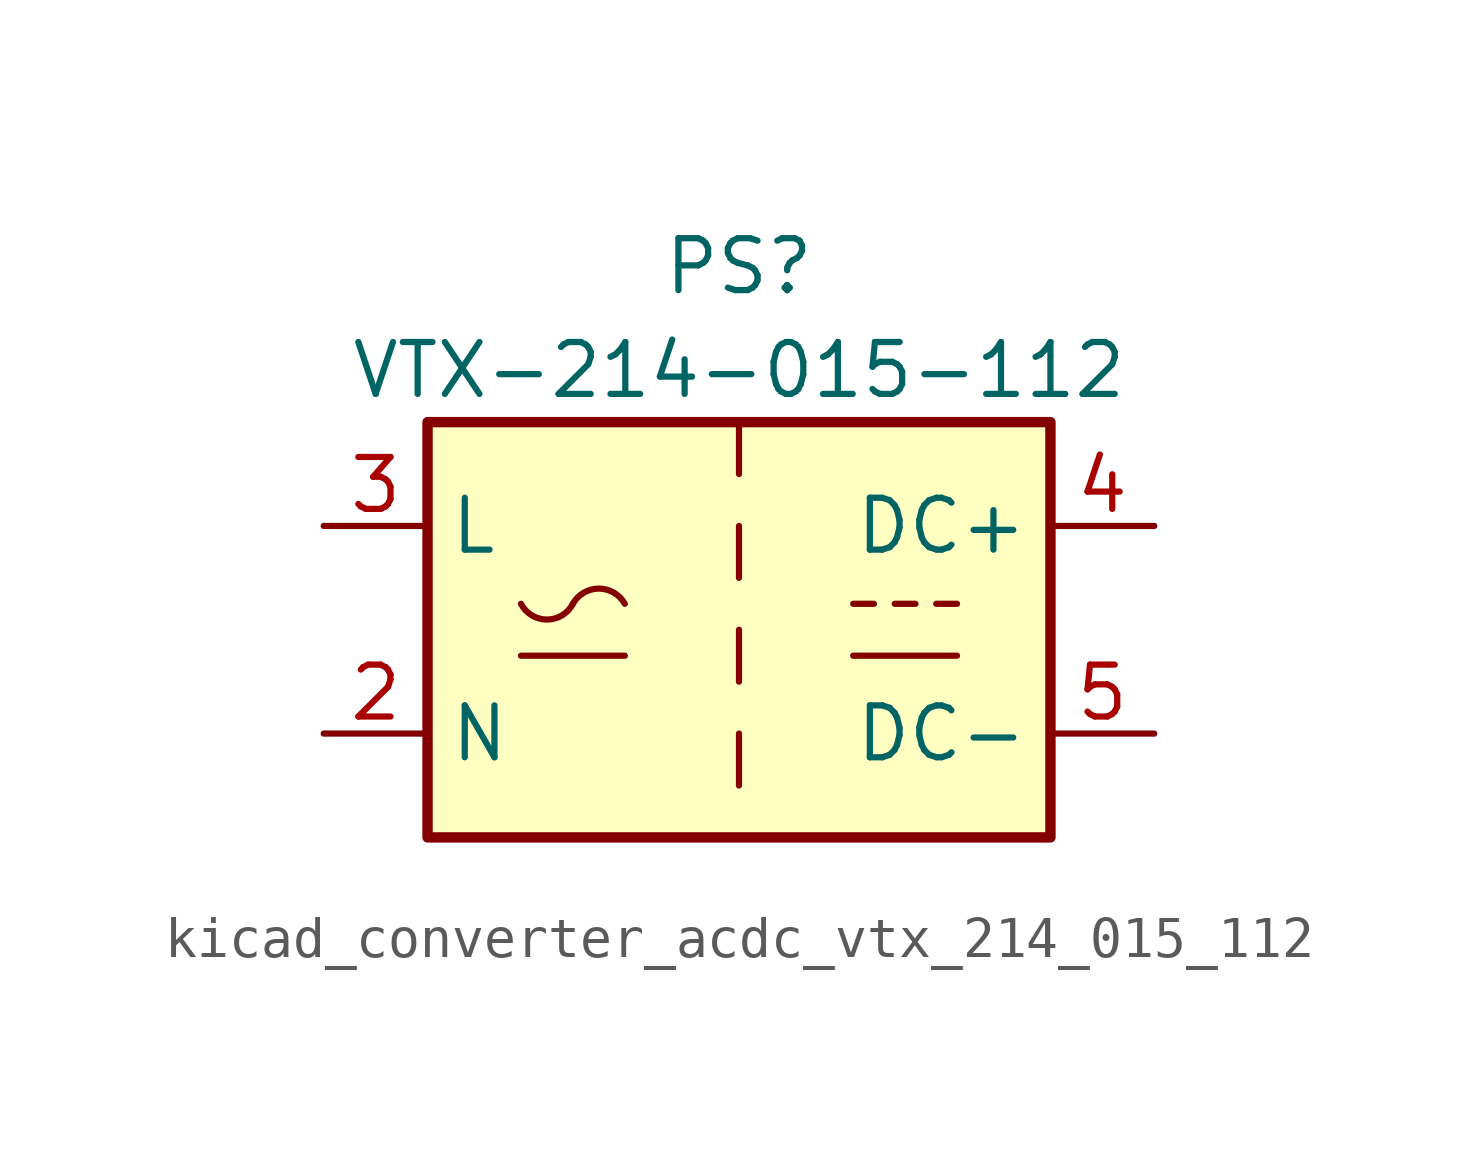
<source format=kicad_sym>
(kicad_symbol_lib
  (version 20220914)
  (generator kicad_symbol_editor)
  (symbol "kicad_converter_acdc_vtx_214_015_112"
    (property "Reference" "PS"
      (at 0 8.89 0)
      (effects (font (size 1.27 1.27))))
    (property "Value" "VTX-214-015-112"
      (at 0 6.35 0)
      (effects (font (size 1.27 1.27))))
    (symbol "kicad_converter_acdc_vtx_214_015_112_0_1"
      (rectangle (start -7.62 5.08) (end 7.62 -5.08) (stroke (width 0.254) (type default)) (fill (type background)))
      (arc (start -5.334 0.635) (mid -4.699 0.2495) (end -4.064 0.635) (stroke (width 0) (type default)) (fill (type none)))
      (arc (start -2.794 0.635) (mid -3.429 1.0072) (end -4.064 0.635) (stroke (width 0) (type default)) (fill (type none)))
      (polyline (pts (xy -5.334 -0.635) (xy -2.794 -0.635)) (stroke (width 0) (type default)) (fill (type none)))
      (polyline (pts (xy 2.794 -0.635) (xy 5.334 -0.635)) (stroke (width 0) (type default)) (fill (type none)))
      (polyline (pts (xy 2.794 0.635) (xy 3.302 0.635)) (stroke (width 0) (type default)) (fill (type none)))
      (polyline (pts (xy 3.81 0.635) (xy 4.318 0.635)) (stroke (width 0) (type default)) (fill (type none)))
      (polyline (pts (xy 4.826 0.635) (xy 5.334 0.635)) (stroke (width 0) (type default)) (fill (type none))))
    (symbol "kicad_converter_acdc_vtx_214_015_112_1_1"
      (polyline (pts (xy 0 -2.54) (xy 0 -3.81)) (stroke (width 0) (type default)) (fill (type none)))
      (polyline (pts (xy 0 0) (xy 0 -1.27)) (stroke (width 0) (type default)) (fill (type none)))
      (polyline (pts (xy 0 2.54) (xy 0 1.27)) (stroke (width 0) (type default)) (fill (type none)))
      (polyline (pts (xy 0 5.08) (xy 0 3.81)) (stroke (width 0) (type default)) (fill (type none)))
      (pin no_connect line (at 0 -5.08 90) (length 2.54) hide (name "FG" (effects (font (size 1.27 1.27)))) (number "1" (effects (font (size 1.27 1.27)))))
      (pin power_in line (at -10.16 -2.54 0) (length 2.54) (name "N" (effects (font (size 1.27 1.27)))) (number "2" (effects (font (size 1.27 1.27)))))
      (pin power_in line (at -10.16 2.54 0) (length 2.54) (name "L" (effects (font (size 1.27 1.27)))) (number "3" (effects (font (size 1.27 1.27)))))
      (pin power_out line (at 10.16 2.54 180) (length 2.54) (name "DC+" (effects (font (size 1.27 1.27)))) (number "4" (effects (font (size 1.27 1.27)))))
      (pin power_out line (at 10.16 -2.54 180) (length 2.54) (name "DC-" (effects (font (size 1.27 1.27)))) (number "5" (effects (font (size 1.27 1.27))))))))
</source>
